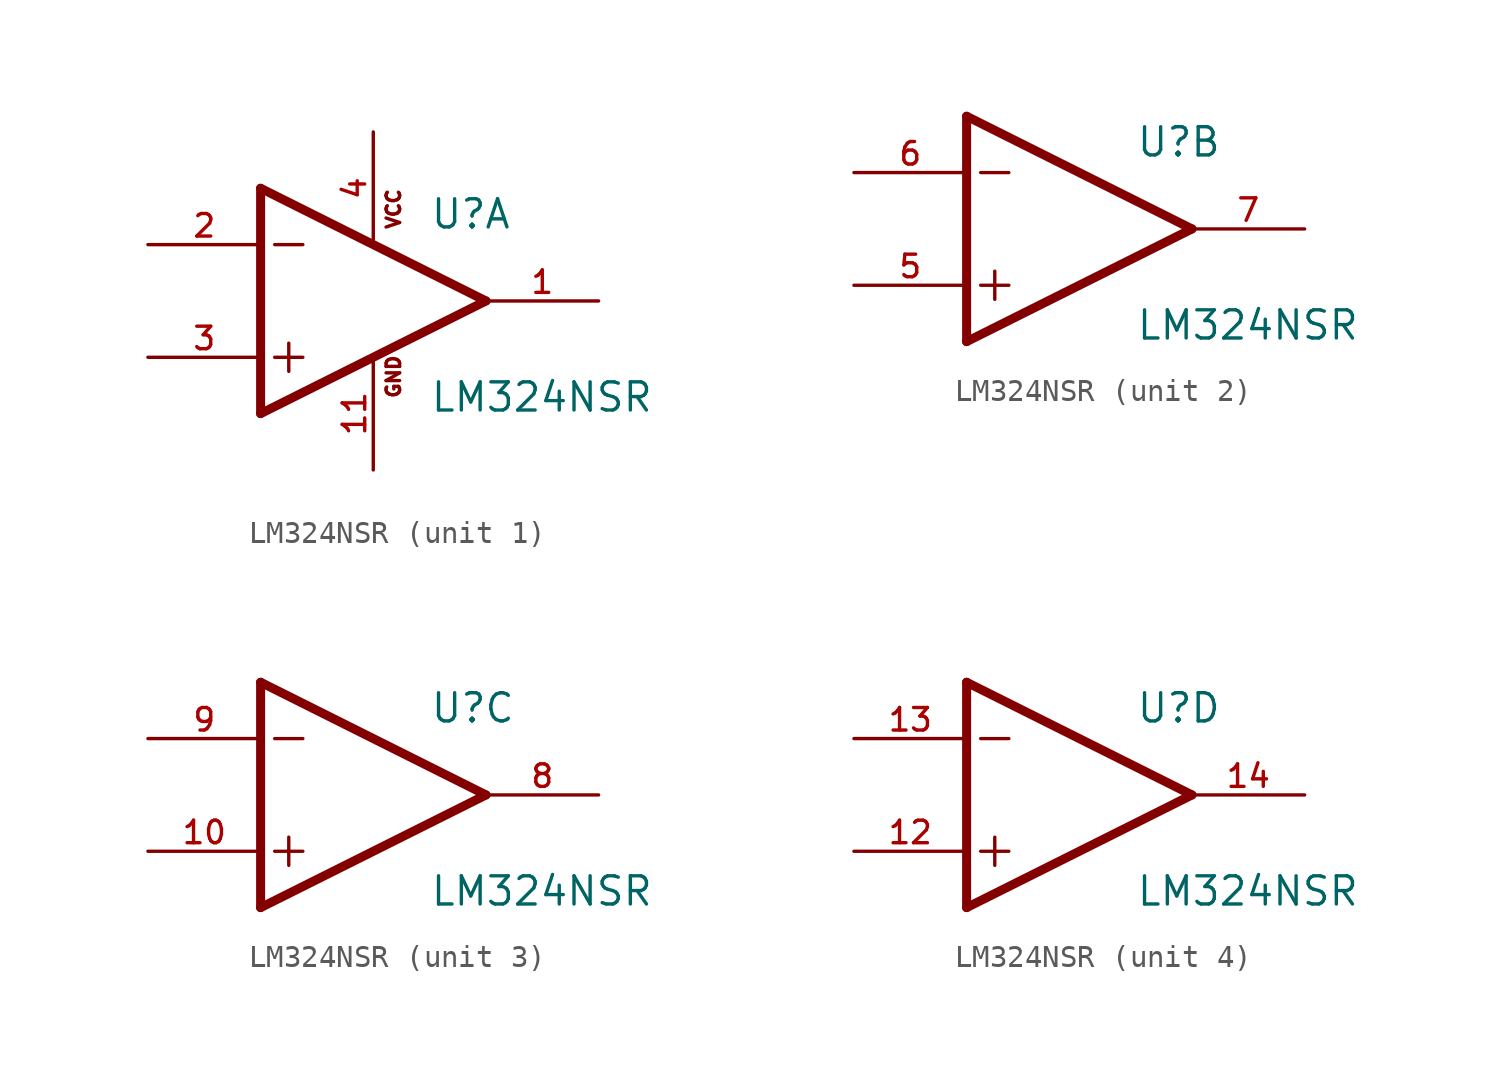
<source format=kicad_sym>
(kicad_symbol_lib
  (version 20211014)
  (generator kicad_symbol_editor)
  (symbol "LM324NSR"
    (pin_names
      (offset 1.016))
    (property "Reference" "U"
      (at 2.54 3.175 0)
      (effects (font (size 1.27 1.27)) (justify bottom left)))
    (property "Value" "LM324NSR"
      (at 2.54 -5.08 0)
      (effects (font (size 1.27 1.27)) (justify bottom left)))
    (symbol "LM324NSR_1_0"
      (polyline (pts (xy -5.08 5.08) (xy -5.08 -5.08)) (stroke (width 0.406)))
      (polyline (pts (xy -5.08 -5.08) (xy 5.08 0.0)) (stroke (width 0.406)))
      (polyline (pts (xy 5.08 0.0) (xy -5.08 5.08)) (stroke (width 0.406)))
      (polyline (pts (xy -3.81 -1.905) (xy -3.81 -3.175)) (stroke (width 0.152)))
      (polyline (pts (xy -4.445 2.54) (xy -3.175 2.54)) (stroke (width 0.152)))
      (polyline (pts (xy -4.445 -2.54) (xy -3.175 -2.54)) (stroke (width 0.152)))
      (text "VCC" (at 1.27 3.175 900) (effects (font (size 0.61 0.61)) (justify bottom left)))
      (text "GND" (at 1.27 -4.445 900) (effects (font (size 0.61 0.61)) (justify bottom left)))
      (pin input line (at -10.16 -2.54 0) (length 5.08) (name "~" (effects (font (size 1.016 1.016)))) (number "3" (effects (font (size 1.016 1.016)))))
      (pin input line (at -10.16 2.54 0) (length 5.08) (name "~" (effects (font (size 1.016 1.016)))) (number "2" (effects (font (size 1.016 1.016)))))
      (pin power_in line (at 0.0 7.62 270.0) (length 5.08) (name "~" (effects (font (size 1.016 1.016)))) (number "4" (effects (font (size 1.016 1.016)))))
      (pin output line (at 10.16 0.0 180.0) (length 5.08) (name "~" (effects (font (size 1.016 1.016)))) (number "1" (effects (font (size 1.016 1.016)))))
      (pin power_in line (at 0.0 -7.62 90.0) (length 5.08) (name "~" (effects (font (size 1.016 1.016)))) (number "11" (effects (font (size 1.016 1.016))))))
    (symbol "LM324NSR_2_0"
      (polyline (pts (xy -5.08 5.08) (xy -5.08 -5.08)) (stroke (width 0.406)))
      (polyline (pts (xy -5.08 -5.08) (xy 5.08 0.0)) (stroke (width 0.406)))
      (polyline (pts (xy 5.08 0.0) (xy -5.08 5.08)) (stroke (width 0.406)))
      (polyline (pts (xy -3.81 -1.905) (xy -3.81 -3.175)) (stroke (width 0.152)))
      (polyline (pts (xy -4.445 2.54) (xy -3.175 2.54)) (stroke (width 0.152)))
      (polyline (pts (xy -4.445 -2.54) (xy -3.175 -2.54)) (stroke (width 0.152)))
      (pin input line (at -10.16 -2.54 0) (length 5.08) (name "~" (effects (font (size 1.016 1.016)))) (number "5" (effects (font (size 1.016 1.016)))))
      (pin input line (at -10.16 2.54 0) (length 5.08) (name "~" (effects (font (size 1.016 1.016)))) (number "6" (effects (font (size 1.016 1.016)))))
      (pin output line (at 10.16 0.0 180.0) (length 5.08) (name "~" (effects (font (size 1.016 1.016)))) (number "7" (effects (font (size 1.016 1.016))))))
    (symbol "LM324NSR_3_0"
      (polyline (pts (xy -5.08 5.08) (xy -5.08 -5.08)) (stroke (width 0.406)))
      (polyline (pts (xy -5.08 -5.08) (xy 5.08 0.0)) (stroke (width 0.406)))
      (polyline (pts (xy 5.08 0.0) (xy -5.08 5.08)) (stroke (width 0.406)))
      (polyline (pts (xy -3.81 -1.905) (xy -3.81 -3.175)) (stroke (width 0.152)))
      (polyline (pts (xy -4.445 2.54) (xy -3.175 2.54)) (stroke (width 0.152)))
      (polyline (pts (xy -4.445 -2.54) (xy -3.175 -2.54)) (stroke (width 0.152)))
      (pin input line (at -10.16 -2.54 0) (length 5.08) (name "~" (effects (font (size 1.016 1.016)))) (number "10" (effects (font (size 1.016 1.016)))))
      (pin input line (at -10.16 2.54 0) (length 5.08) (name "~" (effects (font (size 1.016 1.016)))) (number "9" (effects (font (size 1.016 1.016)))))
      (pin output line (at 10.16 0.0 180.0) (length 5.08) (name "~" (effects (font (size 1.016 1.016)))) (number "8" (effects (font (size 1.016 1.016))))))
    (symbol "LM324NSR_4_0"
      (polyline (pts (xy -5.08 5.08) (xy -5.08 -5.08)) (stroke (width 0.406)))
      (polyline (pts (xy -5.08 -5.08) (xy 5.08 0.0)) (stroke (width 0.406)))
      (polyline (pts (xy 5.08 0.0) (xy -5.08 5.08)) (stroke (width 0.406)))
      (polyline (pts (xy -3.81 -1.905) (xy -3.81 -3.175)) (stroke (width 0.152)))
      (polyline (pts (xy -4.445 -2.54) (xy -3.175 -2.54)) (stroke (width 0.152)))
      (polyline (pts (xy -4.445 2.54) (xy -3.175 2.54)) (stroke (width 0.152)))
      (pin input line (at -10.16 -2.54 0) (length 5.08) (name "~" (effects (font (size 1.016 1.016)))) (number "12" (effects (font (size 1.016 1.016)))))
      (pin input line (at -10.16 2.54 0) (length 5.08) (name "~" (effects (font (size 1.016 1.016)))) (number "13" (effects (font (size 1.016 1.016)))))
      (pin output line (at 10.16 0.0 180.0) (length 5.08) (name "~" (effects (font (size 1.016 1.016)))) (number "14" (effects (font (size 1.016 1.016))))))))
</source>
